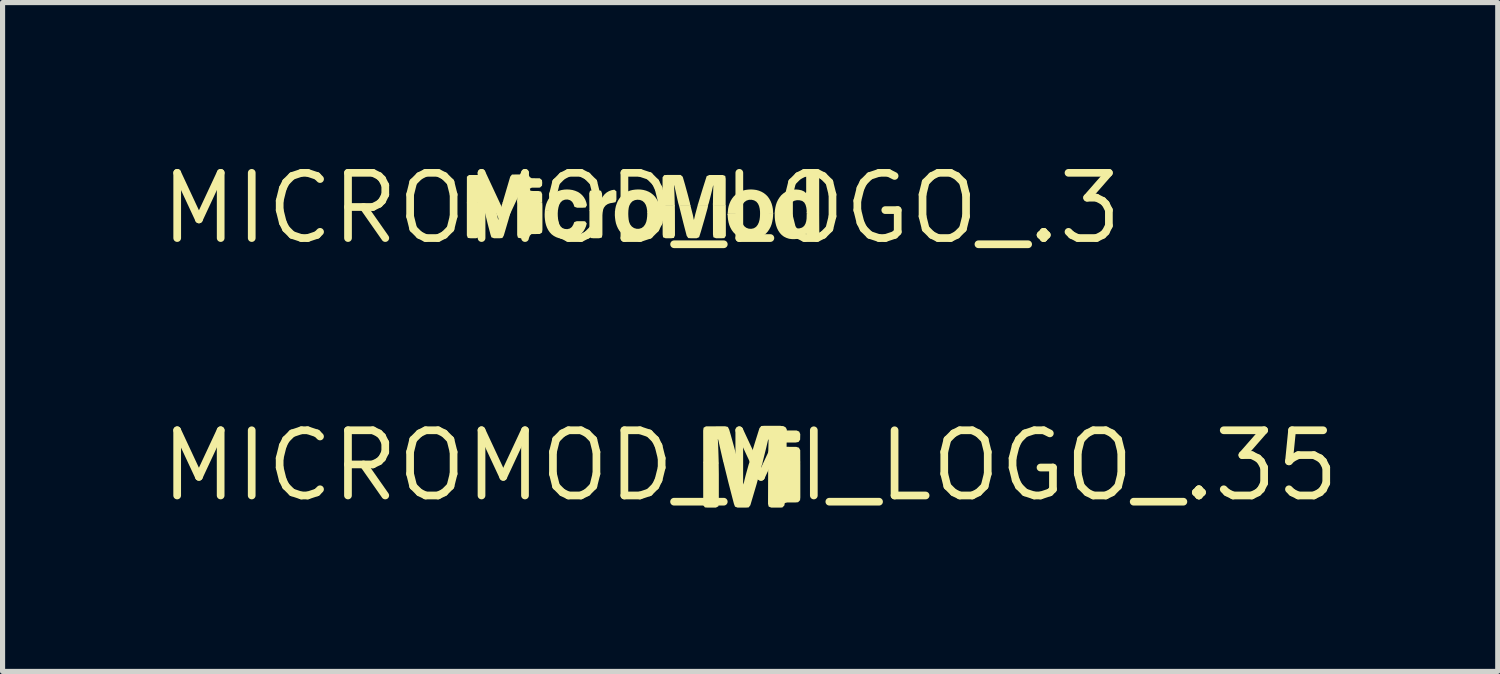
<source format=kicad_pcb>
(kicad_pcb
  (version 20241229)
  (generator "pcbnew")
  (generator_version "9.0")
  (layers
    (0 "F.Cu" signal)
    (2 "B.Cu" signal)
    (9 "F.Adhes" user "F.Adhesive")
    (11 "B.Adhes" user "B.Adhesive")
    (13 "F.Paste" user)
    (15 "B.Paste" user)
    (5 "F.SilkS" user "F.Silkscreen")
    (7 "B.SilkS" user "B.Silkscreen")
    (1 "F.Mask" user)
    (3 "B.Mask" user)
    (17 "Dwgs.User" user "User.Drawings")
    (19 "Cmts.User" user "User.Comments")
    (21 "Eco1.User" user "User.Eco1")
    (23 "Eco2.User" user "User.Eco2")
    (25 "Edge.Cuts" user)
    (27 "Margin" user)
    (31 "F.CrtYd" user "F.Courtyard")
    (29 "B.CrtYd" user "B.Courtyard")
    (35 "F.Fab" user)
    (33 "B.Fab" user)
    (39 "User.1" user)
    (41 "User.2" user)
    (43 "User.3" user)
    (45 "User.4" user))
  (footprint "MICROMOD_LOGO_.3"
    (layer "F.Cu")
    (at 9.442 1.006)
    (property "Reference" "MICROMOD_LOGO_.3" (at 0 0 0) (unlocked yes) (layer "F.SilkS") (effects (font (size 1.27 1.27) (thickness 0.15))))
    (fp_poly (pts (xy 1.426 -0.058) (xy 1.642 -0.058) (xy 1.643 0.536) (xy 1.614 0.581) (xy 1.559 0.584) (xy 1.451 0.584) (xy 1.4 0.564) (xy 1.392 0.509) (xy 1.391 -0.096)) (stroke (width 0) (type default)) (fill yes) (layer "F.SilkS"))
    (fp_poly (pts (xy -3.162 0.089) (xy -3.162 0.511) (xy -3.17 0.565) (xy -3.221 0.584) (xy -3.327 0.584) (xy -3.382 0.577) (xy -3.401 0.527) (xy -3.401 -0.111) (xy -3.187 -0.111) (xy -3.165 -0.119)) (stroke (width 0) (type default)) (fill yes) (layer "F.SilkS"))
    (fp_poly (pts (xy 0.436 -0.058) (xy 0.649 -0.058) (xy 0.651 0.053) (xy 0.652 0.527) (xy 0.631 0.577) (xy 0.577 0.584) (xy 0.47 0.584) (xy 0.42 0.565) (xy 0.412 0.51) (xy 0.41 -0.088)) (stroke (width 0) (type default)) (fill yes) (layer "F.SilkS"))
    (fp_poly (pts (xy -0.757 0.086) (xy -0.761 0.139) (xy -0.761 0.516) (xy -0.773 0.57) (xy -0.827 0.584) (xy -0.935 0.584) (xy -0.991 0.579) (xy -1.014 0.529) (xy -1.014 0.04) (xy -0.968 0.027) (xy -0.747 0.027)) (stroke (width 0) (type default)) (fill yes) (layer "F.SilkS"))
    (fp_poly (pts (xy -1.932 -0.11) (xy -1.929 -0.055) (xy -1.929 0.419) (xy -1.937 0.473) (xy -1.983 0.501) (xy -2.141 0.502) (xy -2.172 0.53) (xy -2.192 0.578) (xy -2.247 0.584) (xy -2.353 0.584) (xy -2.406 0.573) (xy -2.421 0.521) (xy -2.421 -0.005) (xy -2.42 -0.058) (xy -2.421 -0.157)) (stroke (width 0) (type default)) (fill yes) (layer "F.SilkS"))
    (fp_poly (pts (xy -3.038 -0.645) (xy -3.008 -0.601) (xy -2.95 -0.397) (xy -2.868 -0.096) (xy -2.895 -0.101) (xy -3.052 -0.101) (xy -3.091 -0.099) (xy -3.171 -0.425) (xy -3.176 -0.444) (xy -3.177 -0.427) (xy -3.172 -0.322) (xy -3.165 -0.106) (xy -3.218 -0.101) (xy -3.376 -0.101) (xy -3.401 -0.1) (xy -3.4 -0.615) (xy -3.359 -0.648) (xy -3.093 -0.649)) (stroke (width 0) (type default)) (fill yes) (layer "F.SilkS"))
    (fp_poly (pts (xy 1.631 -0.629) (xy 1.64 -0.575) (xy 1.639 -0.047) (xy 1.422 -0.047) (xy 1.391 -0.073) (xy 1.394 -0.286) (xy 1.399 -0.441) (xy 1.395 -0.445) (xy 1.374 -0.351) (xy 1.336 -0.199) (xy 1.309 -0.097) (xy 1.291 -0.047) (xy 1.129 -0.047) (xy 1.097 -0.069) (xy 1.189 -0.373) (xy 1.269 -0.625) (xy 1.317 -0.648) (xy 1.581 -0.648)) (stroke (width 0) (type default)) (fill yes) (layer "F.SilkS"))
    (fp_poly (pts (xy 0.763 -0.649) (xy 0.803 -0.614) (xy 0.848 -0.46) (xy 0.904 -0.256) (xy 0.944 -0.102) (xy 0.953 -0.048) (xy 0.732 -0.048) (xy 0.716 -0.101) (xy 0.692 -0.205) (xy 0.638 -0.449) (xy 0.634 -0.442) (xy 0.642 -0.284) (xy 0.649 -0.038) (xy 0.608 -0.048) (xy 0.448 -0.048) (xy 0.41 -0.069) (xy 0.41 -0.603) (xy 0.441 -0.646) (xy 0.496 -0.649)) (stroke (width 0) (type default)) (fill yes) (layer "F.SilkS"))
    (fp_poly (pts (xy -2.532 -0.111) (xy -2.505 -0.085) (xy -2.591 0.225) (xy -2.682 0.532) (xy -2.71 0.579) (xy -2.765 0.584) (xy -2.872 0.584) (xy -2.923 0.565) (xy -2.94 0.513) (xy -2.994 0.307) (xy -3.083 -0.055) (xy -3.095 -0.111) (xy -2.872 -0.111) (xy -2.856 -0.056) (xy -2.843 -0.004) (xy -2.79 0.228) (xy -2.772 0.145) (xy -2.745 0.042) (xy -2.719 -0.069) (xy -2.7 -0.12)) (stroke (width 0) (type default)) (fill yes) (layer "F.SilkS"))
    (fp_poly (pts (xy 1.135 -0.058) (xy 1.299 -0.058) (xy 1.286 0.000286) (xy 1.229 0.205) (xy 1.155 0.46) (xy 1.122 0.563) (xy 1.073 0.584) (xy 0.965 0.584) (xy 0.91 0.58) (xy 0.88 0.536) (xy 0.813 0.278) (xy 0.728 -0.063) (xy 0.768 -0.058) (xy 0.926 -0.058) (xy 0.951 -0.064) (xy 1 0.129) (xy 1.019 0.223) (xy 1.023 0.219) (xy 1.047 0.117) (xy 1.101 -0.083)) (stroke (width 0) (type default)) (fill yes) (layer "F.SilkS"))
    (fp_poly (pts (xy -0.489 -0.33) (xy -0.488 -0.169) (xy -0.505 -0.119) (xy -0.559 -0.107) (xy -0.61 -0.099) (xy -0.658 -0.082) (xy -0.7 -0.053) (xy -0.731 -0.013) (xy -0.752 0.037) (xy -0.965 0.037) (xy -1.014 0.052) (xy -1.017 -0.237) (xy -1.018 -0.29) (xy -1.002 -0.341) (xy -0.948 -0.35) (xy -0.842 -0.35) (xy -0.788 -0.34) (xy -0.769 -0.29) (xy -0.766 -0.237) (xy -0.766 -0.204) (xy -0.752 -0.23) (xy -0.719 -0.272) (xy -0.679 -0.307) (xy -0.633 -0.334) (xy -0.583 -0.352) (xy -0.529 -0.362)) (stroke (width 0) (type default)) (fill yes) (layer "F.SilkS"))
    (fp_poly (pts (xy -2.199 -0.654) (xy -2.176 -0.608) (xy -2.139 -0.586) (xy -1.98 -0.584) (xy -1.938 -0.549) (xy -1.933 -0.494) (xy -1.937 -0.44) (xy -1.977 -0.403) (xy -2.032 -0.401) (xy -2.137 -0.401) (xy -2.174 -0.382) (xy -2.163 -0.341) (xy -2.115 -0.337) (xy -2.008 -0.337) (xy -1.955 -0.325) (xy -1.934 -0.275) (xy -1.934 -0.111) (xy -1.982 -0.101) (xy -2.41 -0.101) (xy -2.421 -0.148) (xy -2.418 -0.307) (xy -2.414 -0.443) (xy -2.42 -0.431) (xy -2.457 -0.277) (xy -2.51 -0.071) (xy -2.542 -0.101) (xy -2.706 -0.101) (xy -2.69 -0.161) (xy -2.556 -0.616) (xy -2.522 -0.657) (xy -2.467 -0.658) (xy -2.255 -0.658)) (stroke (width 0) (type default)) (fill yes) (layer "F.SilkS"))
    (fp_poly (pts (xy -1.397 -0.364) (xy -1.344 -0.356) (xy -1.292 -0.341) (xy -1.242 -0.32) (xy -1.196 -0.291) (xy -1.155 -0.255) (xy -1.121 -0.213) (xy -1.094 -0.166) (xy -1.075 -0.115) (xy -1.062 -0.061) (xy -1.09 -0.014) (xy -1.146 -0.011) (xy -1.254 -0.011) (xy -1.306 -0.029) (xy -1.324 -0.081) (xy -1.35 -0.126) (xy -1.39 -0.157) (xy -1.439 -0.171) (xy -1.491 -0.168) (xy -1.539 -0.149) (xy -1.576 -0.114) (xy -1.602 -0.068) (xy -1.617 -0.018) (xy -1.629 0.05) (xy -1.674 0.05) (xy -1.835 0.05) (xy -1.881 0.037) (xy -1.872 -0.02) (xy -1.859 -0.073) (xy -1.84 -0.123) (xy -1.815 -0.172) (xy -1.785 -0.216) (xy -1.748 -0.256) (xy -1.707 -0.291) (xy -1.66 -0.319) (xy -1.611 -0.34) (xy -1.559 -0.355) (xy -1.505 -0.364) (xy -1.451 -0.367)) (stroke (width 0) (type default)) (fill yes) (layer "F.SilkS"))
    (fp_poly (pts (xy -1.842 0.04) (xy -1.627 0.04) (xy -1.631 0.097) (xy -1.63 0.149) (xy -1.626 0.201) (xy -1.617 0.253) (xy -1.603 0.303) (xy -1.579 0.348) (xy -1.543 0.383) (xy -1.496 0.402) (xy -1.445 0.406) (xy -1.396 0.394) (xy -1.356 0.364) (xy -1.329 0.32) (xy -1.309 0.269) (xy -1.259 0.251) (xy -1.153 0.251) (xy -1.098 0.253) (xy -1.066 0.296) (xy -1.081 0.35) (xy -1.102 0.399) (xy -1.129 0.445) (xy -1.163 0.486) (xy -1.202 0.522) (xy -1.247 0.551) (xy -1.296 0.572) (xy -1.347 0.587) (xy -1.4 0.596) (xy -1.453 0.599) (xy -1.506 0.598) (xy -1.559 0.592) (xy -1.611 0.581) (xy -1.661 0.563) (xy -1.708 0.538) (xy -1.751 0.506) (xy -1.787 0.467) (xy -1.817 0.423) (xy -1.841 0.376) (xy -1.859 0.326) (xy -1.872 0.274) (xy -1.88 0.222) (xy -1.885 0.169) (xy -1.886 0.116) (xy -1.881 0.028)) (stroke (width 0) (type default)) (fill yes) (layer "F.SilkS"))
    (fp_poly (pts (xy 3.457 -0.692) (xy 3.46 -0.637) (xy 3.46 0.11) (xy 3.41 0.118) (xy 3.248 0.118) (xy 3.218 0.089) (xy 3.216 0.034) (xy 3.209 -0.018) (xy 3.195 -0.068) (xy 3.17 -0.112) (xy 3.13 -0.143) (xy 3.08 -0.156) (xy 3.028 -0.158) (xy 2.978 -0.147) (xy 2.933 -0.123) (xy 2.898 -0.085) (xy 2.875 -0.039) (xy 2.86 0.011) (xy 2.853 0.063) (xy 2.848 0.118) (xy 2.63 0.118) (xy 2.594 0.096) (xy 2.598 0.039) (xy 2.606 -0.013) (xy 2.618 -0.065) (xy 2.635 -0.116) (xy 2.658 -0.164) (xy 2.687 -0.21) (xy 2.72 -0.252) (xy 2.76 -0.288) (xy 2.805 -0.318) (xy 2.853 -0.341) (xy 2.905 -0.356) (xy 2.958 -0.364) (xy 3.011 -0.366) (xy 3.065 -0.361) (xy 3.117 -0.35) (xy 3.167 -0.328) (xy 3.201 -0.298) (xy 3.207 -0.316) (xy 3.207 -0.634) (xy 3.209 -0.689) (xy 3.25 -0.723) (xy 3.413 -0.723)) (stroke (width 0) (type default)) (fill yes) (layer "F.SilkS"))
    (fp_poly (pts (xy -0.014 -0.365) (xy 0.038 -0.357) (xy 0.09 -0.343) (xy 0.139 -0.323) (xy 0.185 -0.296) (xy 0.227 -0.263) (xy 0.264 -0.225) (xy 0.294 -0.182) (xy 0.319 -0.135) (xy 0.339 -0.085) (xy 0.353 -0.034) (xy 0.362 0.018) (xy 0.368 0.091) (xy 0.326 0.093) (xy 0.168 0.093) (xy 0.113 0.091) (xy 0.109 0.034) (xy 0.1 -0.017) (xy 0.084 -0.066) (xy 0.057 -0.109) (xy 0.019 -0.143) (xy -0.028 -0.162) (xy -0.079 -0.167) (xy -0.129 -0.159) (xy -0.175 -0.137) (xy -0.21 -0.101) (xy -0.235 -0.056) (xy -0.251 -0.007) (xy -0.26 0.044) (xy -0.264 0.122) (xy -0.489 0.093) (xy -0.517 0.064) (xy -0.51 0.009) (xy -0.499 -0.043) (xy -0.482 -0.093) (xy -0.461 -0.142) (xy -0.434 -0.187) (xy -0.401 -0.229) (xy -0.363 -0.267) (xy -0.321 -0.298) (xy -0.274 -0.324) (xy -0.225 -0.344) (xy -0.173 -0.357) (xy -0.12 -0.364) (xy -0.067 -0.367)) (stroke (width 0) (type default)) (fill yes) (layer "F.SilkS"))
    (fp_poly (pts (xy 2.182 -0.364) (xy 2.234 -0.357) (xy 2.286 -0.343) (xy 2.335 -0.323) (xy 2.381 -0.297) (xy 2.423 -0.264) (xy 2.46 -0.226) (xy 2.49 -0.183) (xy 2.515 -0.137) (xy 2.535 -0.087) (xy 2.549 -0.037) (xy 2.559 0.016) (xy 2.564 0.111) (xy 2.537 0.104) (xy 2.309 0.128) (xy 2.308 0.06) (xy 2.302 0.008) (xy 2.29 -0.042) (xy 2.269 -0.089) (xy 2.237 -0.128) (xy 2.193 -0.154) (xy 2.144 -0.166) (xy 2.093 -0.165) (xy 2.045 -0.15) (xy 2.004 -0.121) (xy 1.973 -0.08) (xy 1.953 -0.033) (xy 1.941 0.017) (xy 1.931 0.106) (xy 1.906 0.104) (xy 1.699 0.104) (xy 1.675 0.135) (xy 1.687 0.007) (xy 1.698 -0.044) (xy 1.715 -0.095) (xy 1.736 -0.143) (xy 1.764 -0.189) (xy 1.796 -0.23) (xy 1.834 -0.267) (xy 1.877 -0.299) (xy 1.923 -0.325) (xy 1.973 -0.344) (xy 2.024 -0.357) (xy 2.076 -0.364) (xy 2.129 -0.367)) (stroke (width 0) (type default)) (fill yes) (layer "F.SilkS"))
    (fp_poly (pts (xy 3.245 0.107) (xy 3.46 0.107) (xy 3.462 0.431) (xy 3.465 0.539) (xy 3.434 0.582) (xy 3.378 0.584) (xy 3.271 0.584) (xy 3.222 0.563) (xy 3.211 0.509) (xy 3.205 0.493) (xy 3.177 0.529) (xy 3.135 0.562) (xy 3.085 0.584) (xy 3.033 0.596) (xy 2.979 0.601) (xy 2.926 0.6) (xy 2.873 0.593) (xy 2.821 0.576) (xy 2.773 0.552) (xy 2.73 0.519) (xy 2.694 0.48) (xy 2.664 0.435) (xy 2.64 0.387) (xy 2.622 0.336) (xy 2.609 0.284) (xy 2.6 0.232) (xy 2.595 0.178) (xy 2.594 0.086) (xy 2.64 0.108) (xy 2.799 0.108) (xy 2.851 0.114) (xy 2.853 0.171) (xy 2.861 0.223) (xy 2.875 0.273) (xy 2.897 0.32) (xy 2.931 0.359) (xy 2.975 0.385) (xy 3.026 0.394) (xy 3.077 0.391) (xy 3.127 0.376) (xy 3.167 0.345) (xy 3.193 0.301) (xy 3.208 0.252) (xy 3.215 0.2) (xy 3.218 0.072)) (stroke (width 0) (type default)) (fill yes) (layer "F.SilkS"))
    (fp_poly (pts (xy 2.562 0.152) (xy 2.557 0.205) (xy 2.547 0.258) (xy 2.534 0.31) (xy 2.515 0.36) (xy 2.49 0.407) (xy 2.46 0.452) (xy 2.424 0.492) (xy 2.382 0.525) (xy 2.336 0.553) (xy 2.287 0.574) (xy 2.235 0.588) (xy 2.182 0.597) (xy 2.129 0.6) (xy 2.075 0.599) (xy 2.022 0.593) (xy 1.97 0.581) (xy 1.919 0.563) (xy 1.871 0.538) (xy 1.828 0.506) (xy 1.79 0.468) (xy 1.758 0.425) (xy 1.732 0.378) (xy 1.711 0.329) (xy 1.696 0.277) (xy 1.686 0.225) (xy 1.68 0.172) (xy 1.677 0.115) (xy 1.715 0.094) (xy 1.933 0.094) (xy 1.935 0.152) (xy 1.941 0.204) (xy 1.952 0.255) (xy 1.971 0.304) (xy 1.999 0.347) (xy 2.039 0.379) (xy 2.087 0.397) (xy 2.138 0.4) (xy 2.188 0.389) (xy 2.231 0.362) (xy 2.263 0.322) (xy 2.285 0.275) (xy 2.299 0.224) (xy 2.306 0.172) (xy 2.309 0.117) (xy 2.345 0.094) (xy 2.564 0.094)) (stroke (width 0) (type default)) (fill yes) (layer "F.SilkS"))
    (fp_poly (pts (xy -0.293 0.083) (xy -0.263 0.111) (xy -0.26 0.166) (xy -0.253 0.218) (xy -0.24 0.268) (xy -0.22 0.316) (xy -0.188 0.356) (xy -0.146 0.385) (xy -0.097 0.399) (xy -0.046 0.399) (xy 0.003 0.384) (xy 0.043 0.353) (xy 0.073 0.311) (xy 0.093 0.263) (xy 0.104 0.212) (xy 0.11 0.16) (xy 0.113 0.076) (xy 0.151 0.083) (xy 0.367 0.083) (xy 0.366 0.141) (xy 0.362 0.194) (xy 0.353 0.247) (xy 0.341 0.299) (xy 0.323 0.349) (xy 0.3 0.397) (xy 0.271 0.442) (xy 0.236 0.483) (xy 0.196 0.518) (xy 0.151 0.547) (xy 0.102 0.569) (xy 0.051 0.585) (xy -0.001 0.595) (xy -0.054 0.6) (xy -0.108 0.6) (xy -0.161 0.595) (xy -0.213 0.585) (xy -0.264 0.568) (xy -0.312 0.545) (xy -0.357 0.516) (xy -0.396 0.479) (xy -0.43 0.438) (xy -0.458 0.392) (xy -0.48 0.343) (xy -0.497 0.293) (xy -0.508 0.241) (xy -0.515 0.188) (xy -0.519 0.135) (xy -0.517 0.054)) (stroke (width 0) (type default)) (fill yes) (layer "F.SilkS")))
  (footprint "MICROMOD_MI_LOGO_.35"
    (layer "F.Cu")
    (at 11.558 6.019)
    (property "Reference" "MICROMOD_MI_LOGO_.35" (at 0 0 0) (unlocked yes) (layer "F.SilkS") (effects (font (size 1.27 1.27) (thickness 0.15))))
    (fp_poly (pts (xy -0.613 -0.051) (xy -0.61 0.161) (xy -0.61 0.738) (xy -0.62 0.792) (xy -0.668 0.816) (xy -0.826 0.816) (xy -0.881 0.812) (xy -0.914 0.769) (xy -0.915 -0.076) (xy -0.646 -0.076)) (stroke (width 0) (type default)) (fill yes) (layer "F.SilkS"))
    (fp_poly (pts (xy 0.389 -0.076) (xy 0.976 -0.076) (xy 0.977 -0.018) (xy 0.977 0.617) (xy 0.972 0.672) (xy 0.933 0.711) (xy 0.879 0.716) (xy 0.72 0.716) (xy 0.675 0.727) (xy 0.665 0.776) (xy 0.626 0.814) (xy 0.572 0.816) (xy 0.412 0.816) (xy 0.361 0.796) (xy 0.348 0.743) (xy 0.351 -0.082)) (stroke (width 0) (type default)) (fill yes) (layer "F.SilkS"))
    (fp_poly (pts (xy -0.434 -0.755) (xy -0.409 -0.706) (xy -0.379 -0.603) (xy -0.308 -0.348) (xy -0.235 -0.071) (xy -0.274 -0.065) (xy -0.488 -0.065) (xy -0.527 -0.089) (xy -0.587 -0.35) (xy -0.621 -0.504) (xy -0.63 -0.522) (xy -0.625 -0.438) (xy -0.619 -0.279) (xy -0.614 -0.12) (xy -0.612 -0.044) (xy -0.888 -0.065) (xy -0.914 -0.065) (xy -0.915 -0.685) (xy -0.907 -0.74) (xy -0.86 -0.767) (xy -0.487 -0.768)) (stroke (width 0) (type default)) (fill yes) (layer "F.SilkS"))
    (fp_poly (pts (xy -0.235 -0.075) (xy -0.219 -0.021) (xy -0.194 0.082) (xy -0.129 0.367) (xy -0.112 0.285) (xy -0.086 0.182) (xy -0.029 -0.023) (xy -0.011 -0.076) (xy 0.207 -0.076) (xy 0.239 -0.054) (xy 0.125 0.36) (xy 0.004 0.769) (xy -0.029 0.812) (xy -0.084 0.816) (xy -0.245 0.816) (xy -0.295 0.797) (xy -0.315 0.745) (xy -0.342 0.642) (xy -0.422 0.333) (xy -0.511 -0.028) (xy -0.527 -0.093)) (stroke (width 0) (type default)) (fill yes) (layer "F.SilkS"))
    (fp_poly (pts (xy 0.642 -0.767) (xy 0.665 -0.719) (xy 0.694 -0.686) (xy 0.904 -0.686) (xy 0.955 -0.665) (xy 0.976 -0.615) (xy 0.973 -0.506) (xy 0.941 -0.462) (xy 0.887 -0.452) (xy 0.728 -0.452) (xy 0.68 -0.448) (xy 0.666 -0.405) (xy 0.688 -0.368) (xy 0.897 -0.367) (xy 0.949 -0.351) (xy 0.975 -0.303) (xy 0.976 -0.068) (xy 0.937 -0.066) (xy 0.35 -0.066) (xy 0.353 -0.282) (xy 0.358 -0.493) (xy 0.357 -0.518) (xy 0.347 -0.495) (xy 0.311 -0.341) (xy 0.236 -0.041) (xy 0.198 -0.066) (xy -0.012 -0.071) (xy -0.001 -0.128) (xy 0.009 -0.174) (xy 0.086 -0.428) (xy 0.181 -0.731) (xy 0.216 -0.773) (xy 0.27 -0.777) (xy 0.588 -0.777)) (stroke (width 0) (type default)) (fill yes) (layer "F.SilkS")))
  (gr_rect
    (start -3 -3)
    (end 26.116 10.025)
    (stroke (width 0.1) (type default))
    (fill no)
    (layer "Edge.Cuts")))
</source>
